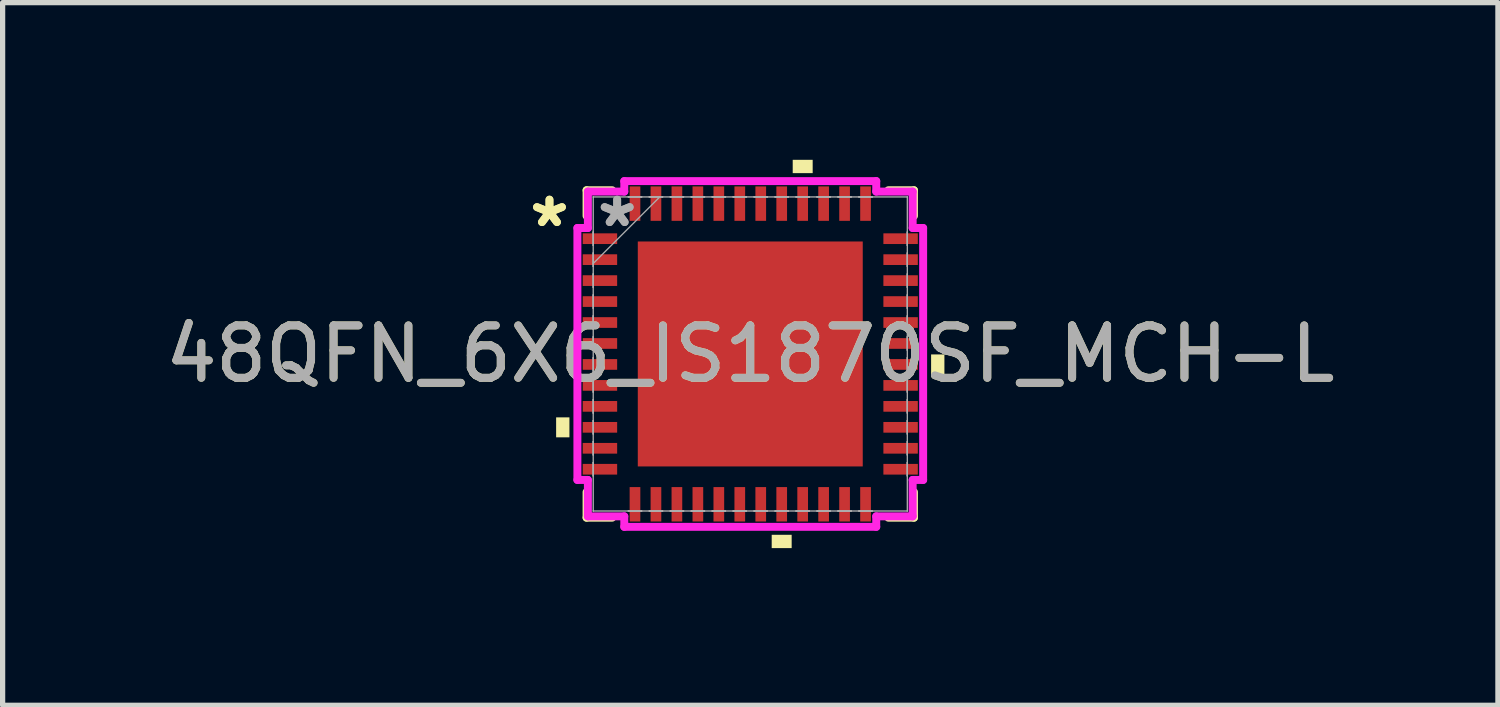
<source format=kicad_pcb>
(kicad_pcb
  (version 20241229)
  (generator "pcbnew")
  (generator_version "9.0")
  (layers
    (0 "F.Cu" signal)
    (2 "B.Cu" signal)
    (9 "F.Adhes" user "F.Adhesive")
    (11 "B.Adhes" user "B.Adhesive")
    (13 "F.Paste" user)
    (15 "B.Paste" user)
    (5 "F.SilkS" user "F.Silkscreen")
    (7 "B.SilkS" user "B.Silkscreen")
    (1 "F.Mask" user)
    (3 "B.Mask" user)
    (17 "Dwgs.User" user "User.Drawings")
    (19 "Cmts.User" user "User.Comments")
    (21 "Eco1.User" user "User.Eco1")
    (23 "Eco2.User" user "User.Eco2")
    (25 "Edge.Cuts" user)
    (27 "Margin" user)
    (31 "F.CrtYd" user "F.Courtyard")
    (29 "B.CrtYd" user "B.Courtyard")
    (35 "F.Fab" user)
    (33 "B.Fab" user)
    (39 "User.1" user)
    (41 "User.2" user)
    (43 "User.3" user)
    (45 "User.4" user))
  (footprint "48QFN_6X6_IS1870SF_MCH-L"
    (layer "F.Cu")
    (at 11.268 3.705)
    (property "Reference" "48QFN_6X6_IS1870SF_MCH-L" (at 0 0 0) (unlocked yes) (layer "F.SilkS") (effects (font (size 1 1) (thickness 0.15))))
    (attr smd)
    (fp_line (start -3.124 -3.124) (end -3.124 -2.635) (stroke (width 0.152) (type solid)) (layer "F.SilkS"))
    (fp_line (start -3.124 2.635) (end -3.124 3.124) (stroke (width 0.152) (type solid)) (layer "F.SilkS"))
    (fp_line (start -3.124 3.124) (end -2.635 3.124) (stroke (width 0.152) (type solid)) (layer "F.SilkS"))
    (fp_line (start -2.635 -3.124) (end -3.124 -3.124) (stroke (width 0.152) (type solid)) (layer "F.SilkS"))
    (fp_line (start 2.635 3.124) (end 3.124 3.124) (stroke (width 0.152) (type solid)) (layer "F.SilkS"))
    (fp_line (start 3.124 -3.124) (end 2.635 -3.124) (stroke (width 0.152) (type solid)) (layer "F.SilkS"))
    (fp_line (start 3.124 -2.635) (end 3.124 -3.124) (stroke (width 0.152) (type solid)) (layer "F.SilkS"))
    (fp_line (start 3.124 3.124) (end 3.124 2.635) (stroke (width 0.152) (type solid)) (layer "F.SilkS"))
    (fp_poly (pts (xy -3.705 1.21) (xy -3.705 1.591) (xy -3.451 1.591) (xy -3.451 1.21)) (stroke (width 0) (type solid)) (fill yes) (layer "F.SilkS"))
    (fp_poly (pts (xy 0.409 3.451) (xy 0.409 3.705) (xy 0.79 3.705) (xy 0.79 3.451)) (stroke (width 0) (type solid)) (fill yes) (layer "F.SilkS"))
    (fp_poly (pts (xy 0.81 -3.451) (xy 0.81 -3.705) (xy 1.191 -3.705) (xy 1.191 -3.451)) (stroke (width 0) (type solid)) (fill yes) (layer "F.SilkS"))
    (fp_poly (pts (xy 3.705 0.009) (xy 3.705 0.391) (xy 3.451 0.391) (xy 3.451 0.009)) (stroke (width 0) (type solid)) (fill yes) (layer "F.SilkS"))
    (fp_poly (pts (xy -2.046 -2.046) (xy -2.046 -0.815) (xy -0.815 -0.815) (xy -0.815 -2.046)) (stroke (width 0) (type solid)) (fill yes) (layer "F.Paste"))
    (fp_poly (pts (xy -2.046 -0.615) (xy -2.046 0.615) (xy -0.815 0.615) (xy -0.815 -0.615)) (stroke (width 0) (type solid)) (fill yes) (layer "F.Paste"))
    (fp_poly (pts (xy -2.046 0.815) (xy -2.046 2.046) (xy -0.815 2.046) (xy -0.815 0.815)) (stroke (width 0) (type solid)) (fill yes) (layer "F.Paste"))
    (fp_poly (pts (xy -0.615 -2.046) (xy -0.615 -0.815) (xy 0.615 -0.815) (xy 0.615 -2.046)) (stroke (width 0) (type solid)) (fill yes) (layer "F.Paste"))
    (fp_poly (pts (xy -0.615 -0.615) (xy -0.615 0.615) (xy 0.615 0.615) (xy 0.615 -0.615)) (stroke (width 0) (type solid)) (fill yes) (layer "F.Paste"))
    (fp_poly (pts (xy -0.615 0.815) (xy -0.615 2.046) (xy 0.615 2.046) (xy 0.615 0.815)) (stroke (width 0) (type solid)) (fill yes) (layer "F.Paste"))
    (fp_poly (pts (xy 0.815 -2.046) (xy 0.815 -0.815) (xy 2.046 -0.815) (xy 2.046 -2.046)) (stroke (width 0) (type solid)) (fill yes) (layer "F.Paste"))
    (fp_poly (pts (xy 0.815 -0.615) (xy 0.815 0.615) (xy 2.046 0.615) (xy 2.046 -0.615)) (stroke (width 0) (type solid)) (fill yes) (layer "F.Paste"))
    (fp_poly (pts (xy 0.815 0.815) (xy 0.815 2.046) (xy 2.046 2.046) (xy 2.046 0.815)) (stroke (width 0) (type solid)) (fill yes) (layer "F.Paste"))
    (fp_line (start -3.299 -2.404) (end -3.099 -2.404) (stroke (width 0.152) (type solid)) (layer "F.CrtYd"))
    (fp_line (start -3.299 2.404) (end -3.299 -2.404) (stroke (width 0.152) (type solid)) (layer "F.CrtYd"))
    (fp_line (start -3.099 -3.099) (end -2.404 -3.099) (stroke (width 0.152) (type solid)) (layer "F.CrtYd"))
    (fp_line (start -3.099 -2.404) (end -3.099 -3.099) (stroke (width 0.152) (type solid)) (layer "F.CrtYd"))
    (fp_line (start -3.099 2.404) (end -3.299 2.404) (stroke (width 0.152) (type solid)) (layer "F.CrtYd"))
    (fp_line (start -3.099 3.099) (end -3.099 2.404) (stroke (width 0.152) (type solid)) (layer "F.CrtYd"))
    (fp_line (start -2.404 -3.299) (end 2.404 -3.299) (stroke (width 0.152) (type solid)) (layer "F.CrtYd"))
    (fp_line (start -2.404 -3.099) (end -2.404 -3.299) (stroke (width 0.152) (type solid)) (layer "F.CrtYd"))
    (fp_line (start -2.404 3.099) (end -3.099 3.099) (stroke (width 0.152) (type solid)) (layer "F.CrtYd"))
    (fp_line (start -2.404 3.299) (end -2.404 3.099) (stroke (width 0.152) (type solid)) (layer "F.CrtYd"))
    (fp_line (start 2.404 -3.299) (end 2.404 -3.099) (stroke (width 0.152) (type solid)) (layer "F.CrtYd"))
    (fp_line (start 2.404 -3.099) (end 3.099 -3.099) (stroke (width 0.152) (type solid)) (layer "F.CrtYd"))
    (fp_line (start 2.404 3.099) (end 2.404 3.299) (stroke (width 0.152) (type solid)) (layer "F.CrtYd"))
    (fp_line (start 2.404 3.299) (end -2.404 3.299) (stroke (width 0.152) (type solid)) (layer "F.CrtYd"))
    (fp_line (start 3.099 -3.099) (end 3.099 -2.404) (stroke (width 0.152) (type solid)) (layer "F.CrtYd"))
    (fp_line (start 3.099 -2.404) (end 3.299 -2.404) (stroke (width 0.152) (type solid)) (layer "F.CrtYd"))
    (fp_line (start 3.099 2.404) (end 3.099 3.099) (stroke (width 0.152) (type solid)) (layer "F.CrtYd"))
    (fp_line (start 3.099 3.099) (end 2.404 3.099) (stroke (width 0.152) (type solid)) (layer "F.CrtYd"))
    (fp_line (start 3.299 -2.404) (end 3.299 2.404) (stroke (width 0.152) (type solid)) (layer "F.CrtYd"))
    (fp_line (start 3.299 2.404) (end 3.099 2.404) (stroke (width 0.152) (type solid)) (layer "F.CrtYd"))
    (fp_line (start -2.997 -2.997) (end -2.997 -2.997) (stroke (width 0.025) (type solid)) (layer "F.Fab"))
    (fp_line (start -2.997 -2.997) (end -2.997 2.997) (stroke (width 0.025) (type solid)) (layer "F.Fab"))
    (fp_line (start -2.997 -2.327) (end -2.997 -2.327) (stroke (width 0.025) (type solid)) (layer "F.Fab"))
    (fp_line (start -2.997 -2.327) (end -2.997 -2.073) (stroke (width 0.025) (type solid)) (layer "F.Fab"))
    (fp_line (start -2.997 -2.073) (end -2.997 -2.327) (stroke (width 0.025) (type solid)) (layer "F.Fab"))
    (fp_line (start -2.997 -2.073) (end -2.997 -2.073) (stroke (width 0.025) (type solid)) (layer "F.Fab"))
    (fp_line (start -2.997 -1.927) (end -2.997 -1.927) (stroke (width 0.025) (type solid)) (layer "F.Fab"))
    (fp_line (start -2.997 -1.927) (end -2.997 -1.673) (stroke (width 0.025) (type solid)) (layer "F.Fab"))
    (fp_line (start -2.997 -1.727) (end -1.727 -2.997) (stroke (width 0.025) (type solid)) (layer "F.Fab"))
    (fp_line (start -2.997 -1.673) (end -2.997 -1.927) (stroke (width 0.025) (type solid)) (layer "F.Fab"))
    (fp_line (start -2.997 -1.673) (end -2.997 -1.673) (stroke (width 0.025) (type solid)) (layer "F.Fab"))
    (fp_line (start -2.997 -1.527) (end -2.997 -1.527) (stroke (width 0.025) (type solid)) (layer "F.Fab"))
    (fp_line (start -2.997 -1.527) (end -2.997 -1.273) (stroke (width 0.025) (type solid)) (layer "F.Fab"))
    (fp_line (start -2.997 -1.273) (end -2.997 -1.527) (stroke (width 0.025) (type solid)) (layer "F.Fab"))
    (fp_line (start -2.997 -1.273) (end -2.997 -1.273) (stroke (width 0.025) (type solid)) (layer "F.Fab"))
    (fp_line (start -2.997 -1.127) (end -2.997 -1.127) (stroke (width 0.025) (type solid)) (layer "F.Fab"))
    (fp_line (start -2.997 -1.127) (end -2.997 -0.873) (stroke (width 0.025) (type solid)) (layer "F.Fab"))
    (fp_line (start -2.997 -0.873) (end -2.997 -1.127) (stroke (width 0.025) (type solid)) (layer "F.Fab"))
    (fp_line (start -2.997 -0.873) (end -2.997 -0.873) (stroke (width 0.025) (type solid)) (layer "F.Fab"))
    (fp_line (start -2.997 -0.727) (end -2.997 -0.727) (stroke (width 0.025) (type solid)) (layer "F.Fab"))
    (fp_line (start -2.997 -0.727) (end -2.997 -0.473) (stroke (width 0.025) (type solid)) (layer "F.Fab"))
    (fp_line (start -2.997 -0.473) (end -2.997 -0.727) (stroke (width 0.025) (type solid)) (layer "F.Fab"))
    (fp_line (start -2.997 -0.473) (end -2.997 -0.473) (stroke (width 0.025) (type solid)) (layer "F.Fab"))
    (fp_line (start -2.997 -0.327) (end -2.997 -0.327) (stroke (width 0.025) (type solid)) (layer "F.Fab"))
    (fp_line (start -2.997 -0.327) (end -2.997 -0.073) (stroke (width 0.025) (type solid)) (layer "F.Fab"))
    (fp_line (start -2.997 -0.073) (end -2.997 -0.327) (stroke (width 0.025) (type solid)) (layer "F.Fab"))
    (fp_line (start -2.997 -0.073) (end -2.997 -0.073) (stroke (width 0.025) (type solid)) (layer "F.Fab"))
    (fp_line (start -2.997 0.073) (end -2.997 0.073) (stroke (width 0.025) (type solid)) (layer "F.Fab"))
    (fp_line (start -2.997 0.073) (end -2.997 0.327) (stroke (width 0.025) (type solid)) (layer "F.Fab"))
    (fp_line (start -2.997 0.327) (end -2.997 0.073) (stroke (width 0.025) (type solid)) (layer "F.Fab"))
    (fp_line (start -2.997 0.327) (end -2.997 0.327) (stroke (width 0.025) (type solid)) (layer "F.Fab"))
    (fp_line (start -2.997 0.473) (end -2.997 0.473) (stroke (width 0.025) (type solid)) (layer "F.Fab"))
    (fp_line (start -2.997 0.473) (end -2.997 0.727) (stroke (width 0.025) (type solid)) (layer "F.Fab"))
    (fp_line (start -2.997 0.727) (end -2.997 0.473) (stroke (width 0.025) (type solid)) (layer "F.Fab"))
    (fp_line (start -2.997 0.727) (end -2.997 0.727) (stroke (width 0.025) (type solid)) (layer "F.Fab"))
    (fp_line (start -2.997 0.873) (end -2.997 0.873) (stroke (width 0.025) (type solid)) (layer "F.Fab"))
    (fp_line (start -2.997 0.873) (end -2.997 1.127) (stroke (width 0.025) (type solid)) (layer "F.Fab"))
    (fp_line (start -2.997 1.127) (end -2.997 0.873) (stroke (width 0.025) (type solid)) (layer "F.Fab"))
    (fp_line (start -2.997 1.127) (end -2.997 1.127) (stroke (width 0.025) (type solid)) (layer "F.Fab"))
    (fp_line (start -2.997 1.273) (end -2.997 1.273) (stroke (width 0.025) (type solid)) (layer "F.Fab"))
    (fp_line (start -2.997 1.273) (end -2.997 1.527) (stroke (width 0.025) (type solid)) (layer "F.Fab"))
    (fp_line (start -2.997 1.527) (end -2.997 1.273) (stroke (width 0.025) (type solid)) (layer "F.Fab"))
    (fp_line (start -2.997 1.527) (end -2.997 1.527) (stroke (width 0.025) (type solid)) (layer "F.Fab"))
    (fp_line (start -2.997 1.673) (end -2.997 1.673) (stroke (width 0.025) (type solid)) (layer "F.Fab"))
    (fp_line (start -2.997 1.673) (end -2.997 1.927) (stroke (width 0.025) (type solid)) (layer "F.Fab"))
    (fp_line (start -2.997 1.927) (end -2.997 1.673) (stroke (width 0.025) (type solid)) (layer "F.Fab"))
    (fp_line (start -2.997 1.927) (end -2.997 1.927) (stroke (width 0.025) (type solid)) (layer "F.Fab"))
    (fp_line (start -2.997 2.073) (end -2.997 2.073) (stroke (width 0.025) (type solid)) (layer "F.Fab"))
    (fp_line (start -2.997 2.073) (end -2.997 2.327) (stroke (width 0.025) (type solid)) (layer "F.Fab"))
    (fp_line (start -2.997 2.327) (end -2.997 2.073) (stroke (width 0.025) (type solid)) (layer "F.Fab"))
    (fp_line (start -2.997 2.327) (end -2.997 2.327) (stroke (width 0.025) (type solid)) (layer "F.Fab"))
    (fp_line (start -2.997 2.997) (end -2.997 2.997) (stroke (width 0.025) (type solid)) (layer "F.Fab"))
    (fp_line (start -2.997 2.997) (end 2.997 2.997) (stroke (width 0.025) (type solid)) (layer "F.Fab"))
    (fp_line (start -2.327 -2.997) (end -2.327 -2.997) (stroke (width 0.025) (type solid)) (layer "F.Fab"))
    (fp_line (start -2.327 -2.997) (end -2.073 -2.997) (stroke (width 0.025) (type solid)) (layer "F.Fab"))
    (fp_line (start -2.327 2.997) (end -2.327 2.997) (stroke (width 0.025) (type solid)) (layer "F.Fab"))
    (fp_line (start -2.327 2.997) (end -2.073 2.997) (stroke (width 0.025) (type solid)) (layer "F.Fab"))
    (fp_line (start -2.073 -2.997) (end -2.327 -2.997) (stroke (width 0.025) (type solid)) (layer "F.Fab"))
    (fp_line (start -2.073 -2.997) (end -2.073 -2.997) (stroke (width 0.025) (type solid)) (layer "F.Fab"))
    (fp_line (start -2.073 2.997) (end -2.327 2.997) (stroke (width 0.025) (type solid)) (layer "F.Fab"))
    (fp_line (start -2.073 2.997) (end -2.073 2.997) (stroke (width 0.025) (type solid)) (layer "F.Fab"))
    (fp_line (start -1.927 -2.997) (end -1.927 -2.997) (stroke (width 0.025) (type solid)) (layer "F.Fab"))
    (fp_line (start -1.927 -2.997) (end -1.673 -2.997) (stroke (width 0.025) (type solid)) (layer "F.Fab"))
    (fp_line (start -1.927 2.997) (end -1.927 2.997) (stroke (width 0.025) (type solid)) (layer "F.Fab"))
    (fp_line (start -1.927 2.997) (end -1.673 2.997) (stroke (width 0.025) (type solid)) (layer "F.Fab"))
    (fp_line (start -1.673 -2.997) (end -1.927 -2.997) (stroke (width 0.025) (type solid)) (layer "F.Fab"))
    (fp_line (start -1.673 -2.997) (end -1.673 -2.997) (stroke (width 0.025) (type solid)) (layer "F.Fab"))
    (fp_line (start -1.673 2.997) (end -1.927 2.997) (stroke (width 0.025) (type solid)) (layer "F.Fab"))
    (fp_line (start -1.673 2.997) (end -1.673 2.997) (stroke (width 0.025) (type solid)) (layer "F.Fab"))
    (fp_line (start -1.527 -2.997) (end -1.527 -2.997) (stroke (width 0.025) (type solid)) (layer "F.Fab"))
    (fp_line (start -1.527 -2.997) (end -1.273 -2.997) (stroke (width 0.025) (type solid)) (layer "F.Fab"))
    (fp_line (start -1.527 2.997) (end -1.527 2.997) (stroke (width 0.025) (type solid)) (layer "F.Fab"))
    (fp_line (start -1.527 2.997) (end -1.273 2.997) (stroke (width 0.025) (type solid)) (layer "F.Fab"))
    (fp_line (start -1.273 -2.997) (end -1.527 -2.997) (stroke (width 0.025) (type solid)) (layer "F.Fab"))
    (fp_line (start -1.273 -2.997) (end -1.273 -2.997) (stroke (width 0.025) (type solid)) (layer "F.Fab"))
    (fp_line (start -1.273 2.997) (end -1.527 2.997) (stroke (width 0.025) (type solid)) (layer "F.Fab"))
    (fp_line (start -1.273 2.997) (end -1.273 2.997) (stroke (width 0.025) (type solid)) (layer "F.Fab"))
    (fp_line (start -1.127 -2.997) (end -1.127 -2.997) (stroke (width 0.025) (type solid)) (layer "F.Fab"))
    (fp_line (start -1.127 -2.997) (end -0.873 -2.997) (stroke (width 0.025) (type solid)) (layer "F.Fab"))
    (fp_line (start -1.127 2.997) (end -1.127 2.997) (stroke (width 0.025) (type solid)) (layer "F.Fab"))
    (fp_line (start -1.127 2.997) (end -0.873 2.997) (stroke (width 0.025) (type solid)) (layer "F.Fab"))
    (fp_line (start -0.873 -2.997) (end -1.127 -2.997) (stroke (width 0.025) (type solid)) (layer "F.Fab"))
    (fp_line (start -0.873 -2.997) (end -0.873 -2.997) (stroke (width 0.025) (type solid)) (layer "F.Fab"))
    (fp_line (start -0.873 2.997) (end -1.127 2.997) (stroke (width 0.025) (type solid)) (layer "F.Fab"))
    (fp_line (start -0.873 2.997) (end -0.873 2.997) (stroke (width 0.025) (type solid)) (layer "F.Fab"))
    (fp_line (start -0.727 -2.997) (end -0.727 -2.997) (stroke (width 0.025) (type solid)) (layer "F.Fab"))
    (fp_line (start -0.727 -2.997) (end -0.473 -2.997) (stroke (width 0.025) (type solid)) (layer "F.Fab"))
    (fp_line (start -0.727 2.997) (end -0.727 2.997) (stroke (width 0.025) (type solid)) (layer "F.Fab"))
    (fp_line (start -0.727 2.997) (end -0.473 2.997) (stroke (width 0.025) (type solid)) (layer "F.Fab"))
    (fp_line (start -0.473 -2.997) (end -0.727 -2.997) (stroke (width 0.025) (type solid)) (layer "F.Fab"))
    (fp_line (start -0.473 -2.997) (end -0.473 -2.997) (stroke (width 0.025) (type solid)) (layer "F.Fab"))
    (fp_line (start -0.473 2.997) (end -0.727 2.997) (stroke (width 0.025) (type solid)) (layer "F.Fab"))
    (fp_line (start -0.473 2.997) (end -0.473 2.997) (stroke (width 0.025) (type solid)) (layer "F.Fab"))
    (fp_line (start -0.327 -2.997) (end -0.327 -2.997) (stroke (width 0.025) (type solid)) (layer "F.Fab"))
    (fp_line (start -0.327 -2.997) (end -0.073 -2.997) (stroke (width 0.025) (type solid)) (layer "F.Fab"))
    (fp_line (start -0.327 2.997) (end -0.327 2.997) (stroke (width 0.025) (type solid)) (layer "F.Fab"))
    (fp_line (start -0.327 2.997) (end -0.073 2.997) (stroke (width 0.025) (type solid)) (layer "F.Fab"))
    (fp_line (start -0.073 -2.997) (end -0.327 -2.997) (stroke (width 0.025) (type solid)) (layer "F.Fab"))
    (fp_line (start -0.073 -2.997) (end -0.073 -2.997) (stroke (width 0.025) (type solid)) (layer "F.Fab"))
    (fp_line (start -0.073 2.997) (end -0.327 2.997) (stroke (width 0.025) (type solid)) (layer "F.Fab"))
    (fp_line (start -0.073 2.997) (end -0.073 2.997) (stroke (width 0.025) (type solid)) (layer "F.Fab"))
    (fp_line (start 0.073 -2.997) (end 0.073 -2.997) (stroke (width 0.025) (type solid)) (layer "F.Fab"))
    (fp_line (start 0.073 -2.997) (end 0.327 -2.997) (stroke (width 0.025) (type solid)) (layer "F.Fab"))
    (fp_line (start 0.073 2.997) (end 0.073 2.997) (stroke (width 0.025) (type solid)) (layer "F.Fab"))
    (fp_line (start 0.073 2.997) (end 0.327 2.997) (stroke (width 0.025) (type solid)) (layer "F.Fab"))
    (fp_line (start 0.327 -2.997) (end 0.073 -2.997) (stroke (width 0.025) (type solid)) (layer "F.Fab"))
    (fp_line (start 0.327 -2.997) (end 0.327 -2.997) (stroke (width 0.025) (type solid)) (layer "F.Fab"))
    (fp_line (start 0.327 2.997) (end 0.073 2.997) (stroke (width 0.025) (type solid)) (layer "F.Fab"))
    (fp_line (start 0.327 2.997) (end 0.327 2.997) (stroke (width 0.025) (type solid)) (layer "F.Fab"))
    (fp_line (start 0.473 -2.997) (end 0.473 -2.997) (stroke (width 0.025) (type solid)) (layer "F.Fab"))
    (fp_line (start 0.473 -2.997) (end 0.727 -2.997) (stroke (width 0.025) (type solid)) (layer "F.Fab"))
    (fp_line (start 0.473 2.997) (end 0.473 2.997) (stroke (width 0.025) (type solid)) (layer "F.Fab"))
    (fp_line (start 0.473 2.997) (end 0.727 2.997) (stroke (width 0.025) (type solid)) (layer "F.Fab"))
    (fp_line (start 0.727 -2.997) (end 0.473 -2.997) (stroke (width 0.025) (type solid)) (layer "F.Fab"))
    (fp_line (start 0.727 -2.997) (end 0.727 -2.997) (stroke (width 0.025) (type solid)) (layer "F.Fab"))
    (fp_line (start 0.727 2.997) (end 0.473 2.997) (stroke (width 0.025) (type solid)) (layer "F.Fab"))
    (fp_line (start 0.727 2.997) (end 0.727 2.997) (stroke (width 0.025) (type solid)) (layer "F.Fab"))
    (fp_line (start 0.873 -2.997) (end 0.873 -2.997) (stroke (width 0.025) (type solid)) (layer "F.Fab"))
    (fp_line (start 0.873 -2.997) (end 1.127 -2.997) (stroke (width 0.025) (type solid)) (layer "F.Fab"))
    (fp_line (start 0.873 2.997) (end 0.873 2.997) (stroke (width 0.025) (type solid)) (layer "F.Fab"))
    (fp_line (start 0.873 2.997) (end 1.127 2.997) (stroke (width 0.025) (type solid)) (layer "F.Fab"))
    (fp_line (start 1.127 -2.997) (end 0.873 -2.997) (stroke (width 0.025) (type solid)) (layer "F.Fab"))
    (fp_line (start 1.127 -2.997) (end 1.127 -2.997) (stroke (width 0.025) (type solid)) (layer "F.Fab"))
    (fp_line (start 1.127 2.997) (end 0.873 2.997) (stroke (width 0.025) (type solid)) (layer "F.Fab"))
    (fp_line (start 1.127 2.997) (end 1.127 2.997) (stroke (width 0.025) (type solid)) (layer "F.Fab"))
    (fp_line (start 1.273 -2.997) (end 1.273 -2.997) (stroke (width 0.025) (type solid)) (layer "F.Fab"))
    (fp_line (start 1.273 -2.997) (end 1.527 -2.997) (stroke (width 0.025) (type solid)) (layer "F.Fab"))
    (fp_line (start 1.273 2.997) (end 1.273 2.997) (stroke (width 0.025) (type solid)) (layer "F.Fab"))
    (fp_line (start 1.273 2.997) (end 1.527 2.997) (stroke (width 0.025) (type solid)) (layer "F.Fab"))
    (fp_line (start 1.527 -2.997) (end 1.273 -2.997) (stroke (width 0.025) (type solid)) (layer "F.Fab"))
    (fp_line (start 1.527 -2.997) (end 1.527 -2.997) (stroke (width 0.025) (type solid)) (layer "F.Fab"))
    (fp_line (start 1.527 2.997) (end 1.273 2.997) (stroke (width 0.025) (type solid)) (layer "F.Fab"))
    (fp_line (start 1.527 2.997) (end 1.527 2.997) (stroke (width 0.025) (type solid)) (layer "F.Fab"))
    (fp_line (start 1.673 -2.997) (end 1.673 -2.997) (stroke (width 0.025) (type solid)) (layer "F.Fab"))
    (fp_line (start 1.673 -2.997) (end 1.927 -2.997) (stroke (width 0.025) (type solid)) (layer "F.Fab"))
    (fp_line (start 1.673 2.997) (end 1.673 2.997) (stroke (width 0.025) (type solid)) (layer "F.Fab"))
    (fp_line (start 1.673 2.997) (end 1.927 2.997) (stroke (width 0.025) (type solid)) (layer "F.Fab"))
    (fp_line (start 1.927 -2.997) (end 1.673 -2.997) (stroke (width 0.025) (type solid)) (layer "F.Fab"))
    (fp_line (start 1.927 -2.997) (end 1.927 -2.997) (stroke (width 0.025) (type solid)) (layer "F.Fab"))
    (fp_line (start 1.927 2.997) (end 1.673 2.997) (stroke (width 0.025) (type solid)) (layer "F.Fab"))
    (fp_line (start 1.927 2.997) (end 1.927 2.997) (stroke (width 0.025) (type solid)) (layer "F.Fab"))
    (fp_line (start 2.073 -2.997) (end 2.073 -2.997) (stroke (width 0.025) (type solid)) (layer "F.Fab"))
    (fp_line (start 2.073 -2.997) (end 2.327 -2.997) (stroke (width 0.025) (type solid)) (layer "F.Fab"))
    (fp_line (start 2.073 2.997) (end 2.073 2.997) (stroke (width 0.025) (type solid)) (layer "F.Fab"))
    (fp_line (start 2.073 2.997) (end 2.327 2.997) (stroke (width 0.025) (type solid)) (layer "F.Fab"))
    (fp_line (start 2.327 -2.997) (end 2.073 -2.997) (stroke (width 0.025) (type solid)) (layer "F.Fab"))
    (fp_line (start 2.327 -2.997) (end 2.327 -2.997) (stroke (width 0.025) (type solid)) (layer "F.Fab"))
    (fp_line (start 2.327 2.997) (end 2.073 2.997) (stroke (width 0.025) (type solid)) (layer "F.Fab"))
    (fp_line (start 2.327 2.997) (end 2.327 2.997) (stroke (width 0.025) (type solid)) (layer "F.Fab"))
    (fp_line (start 2.997 -2.997) (end -2.997 -2.997) (stroke (width 0.025) (type solid)) (layer "F.Fab"))
    (fp_line (start 2.997 -2.997) (end 2.997 -2.997) (stroke (width 0.025) (type solid)) (layer "F.Fab"))
    (fp_line (start 2.997 -2.327) (end 2.997 -2.327) (stroke (width 0.025) (type solid)) (layer "F.Fab"))
    (fp_line (start 2.997 -2.327) (end 2.997 -2.073) (stroke (width 0.025) (type solid)) (layer "F.Fab"))
    (fp_line (start 2.997 -2.073) (end 2.997 -2.327) (stroke (width 0.025) (type solid)) (layer "F.Fab"))
    (fp_line (start 2.997 -2.073) (end 2.997 -2.073) (stroke (width 0.025) (type solid)) (layer "F.Fab"))
    (fp_line (start 2.997 -1.927) (end 2.997 -1.927) (stroke (width 0.025) (type solid)) (layer "F.Fab"))
    (fp_line (start 2.997 -1.927) (end 2.997 -1.673) (stroke (width 0.025) (type solid)) (layer "F.Fab"))
    (fp_line (start 2.997 -1.673) (end 2.997 -1.927) (stroke (width 0.025) (type solid)) (layer "F.Fab"))
    (fp_line (start 2.997 -1.673) (end 2.997 -1.673) (stroke (width 0.025) (type solid)) (layer "F.Fab"))
    (fp_line (start 2.997 -1.527) (end 2.997 -1.527) (stroke (width 0.025) (type solid)) (layer "F.Fab"))
    (fp_line (start 2.997 -1.527) (end 2.997 -1.273) (stroke (width 0.025) (type solid)) (layer "F.Fab"))
    (fp_line (start 2.997 -1.273) (end 2.997 -1.527) (stroke (width 0.025) (type solid)) (layer "F.Fab"))
    (fp_line (start 2.997 -1.273) (end 2.997 -1.273) (stroke (width 0.025) (type solid)) (layer "F.Fab"))
    (fp_line (start 2.997 -1.127) (end 2.997 -1.127) (stroke (width 0.025) (type solid)) (layer "F.Fab"))
    (fp_line (start 2.997 -1.127) (end 2.997 -0.873) (stroke (width 0.025) (type solid)) (layer "F.Fab"))
    (fp_line (start 2.997 -0.873) (end 2.997 -1.127) (stroke (width 0.025) (type solid)) (layer "F.Fab"))
    (fp_line (start 2.997 -0.873) (end 2.997 -0.873) (stroke (width 0.025) (type solid)) (layer "F.Fab"))
    (fp_line (start 2.997 -0.727) (end 2.997 -0.727) (stroke (width 0.025) (type solid)) (layer "F.Fab"))
    (fp_line (start 2.997 -0.727) (end 2.997 -0.473) (stroke (width 0.025) (type solid)) (layer "F.Fab"))
    (fp_line (start 2.997 -0.473) (end 2.997 -0.727) (stroke (width 0.025) (type solid)) (layer "F.Fab"))
    (fp_line (start 2.997 -0.473) (end 2.997 -0.473) (stroke (width 0.025) (type solid)) (layer "F.Fab"))
    (fp_line (start 2.997 -0.327) (end 2.997 -0.327) (stroke (width 0.025) (type solid)) (layer "F.Fab"))
    (fp_line (start 2.997 -0.327) (end 2.997 -0.073) (stroke (width 0.025) (type solid)) (layer "F.Fab"))
    (fp_line (start 2.997 -0.073) (end 2.997 -0.327) (stroke (width 0.025) (type solid)) (layer "F.Fab"))
    (fp_line (start 2.997 -0.073) (end 2.997 -0.073) (stroke (width 0.025) (type solid)) (layer "F.Fab"))
    (fp_line (start 2.997 0.073) (end 2.997 0.073) (stroke (width 0.025) (type solid)) (layer "F.Fab"))
    (fp_line (start 2.997 0.073) (end 2.997 0.327) (stroke (width 0.025) (type solid)) (layer "F.Fab"))
    (fp_line (start 2.997 0.327) (end 2.997 0.073) (stroke (width 0.025) (type solid)) (layer "F.Fab"))
    (fp_line (start 2.997 0.327) (end 2.997 0.327) (stroke (width 0.025) (type solid)) (layer "F.Fab"))
    (fp_line (start 2.997 0.473) (end 2.997 0.473) (stroke (width 0.025) (type solid)) (layer "F.Fab"))
    (fp_line (start 2.997 0.473) (end 2.997 0.727) (stroke (width 0.025) (type solid)) (layer "F.Fab"))
    (fp_line (start 2.997 0.727) (end 2.997 0.473) (stroke (width 0.025) (type solid)) (layer "F.Fab"))
    (fp_line (start 2.997 0.727) (end 2.997 0.727) (stroke (width 0.025) (type solid)) (layer "F.Fab"))
    (fp_line (start 2.997 0.873) (end 2.997 0.873) (stroke (width 0.025) (type solid)) (layer "F.Fab"))
    (fp_line (start 2.997 0.873) (end 2.997 1.127) (stroke (width 0.025) (type solid)) (layer "F.Fab"))
    (fp_line (start 2.997 1.127) (end 2.997 0.873) (stroke (width 0.025) (type solid)) (layer "F.Fab"))
    (fp_line (start 2.997 1.127) (end 2.997 1.127) (stroke (width 0.025) (type solid)) (layer "F.Fab"))
    (fp_line (start 2.997 1.273) (end 2.997 1.273) (stroke (width 0.025) (type solid)) (layer "F.Fab"))
    (fp_line (start 2.997 1.273) (end 2.997 1.527) (stroke (width 0.025) (type solid)) (layer "F.Fab"))
    (fp_line (start 2.997 1.527) (end 2.997 1.273) (stroke (width 0.025) (type solid)) (layer "F.Fab"))
    (fp_line (start 2.997 1.527) (end 2.997 1.527) (stroke (width 0.025) (type solid)) (layer "F.Fab"))
    (fp_line (start 2.997 1.673) (end 2.997 1.673) (stroke (width 0.025) (type solid)) (layer "F.Fab"))
    (fp_line (start 2.997 1.673) (end 2.997 1.927) (stroke (width 0.025) (type solid)) (layer "F.Fab"))
    (fp_line (start 2.997 1.927) (end 2.997 1.673) (stroke (width 0.025) (type solid)) (layer "F.Fab"))
    (fp_line (start 2.997 1.927) (end 2.997 1.927) (stroke (width 0.025) (type solid)) (layer "F.Fab"))
    (fp_line (start 2.997 2.073) (end 2.997 2.073) (stroke (width 0.025) (type solid)) (layer "F.Fab"))
    (fp_line (start 2.997 2.073) (end 2.997 2.327) (stroke (width 0.025) (type solid)) (layer "F.Fab"))
    (fp_line (start 2.997 2.327) (end 2.997 2.073) (stroke (width 0.025) (type solid)) (layer "F.Fab"))
    (fp_line (start 2.997 2.327) (end 2.997 2.327) (stroke (width 0.025) (type solid)) (layer "F.Fab"))
    (fp_line (start 2.997 2.997) (end 2.997 -2.997) (stroke (width 0.025) (type solid)) (layer "F.Fab"))
    (fp_line (start 2.997 2.997) (end 2.997 2.997) (stroke (width 0.025) (type solid)) (layer "F.Fab"))
    (fp_text user "*" (at -3.832 -2.4 0) (layer "F.SilkS") (effects (font (size 1 1) (thickness 0.15))))
    (fp_text user "*" (at -3.832 -2.4 0) (unlocked yes) (layer "F.SilkS") (effects (font (size 1 1) (thickness 0.15))))
    (fp_text user "${REFERENCE}" (at 0 0 0) (unlocked yes) (layer "F.Fab") (effects (font (size 1 1) (thickness 0.15))))
    (fp_text user "*" (at -2.54 -2.4 0) (unlocked yes) (layer "F.Fab") (effects (font (size 1 1) (thickness 0.15))))
    (fp_text user "*" (at -2.54 -2.4 0) (layer "F.Fab") (effects (font (size 1 1) (thickness 0.15))))
    (pad "1" smd rect (at -2.869 -2.2 90) (size 0.204 0.657) (layers "F.Cu" "F.Mask" "F.Paste"))
    (pad "2" smd rect (at -2.869 -1.8 90) (size 0.204 0.657) (layers "F.Cu" "F.Mask" "F.Paste"))
    (pad "3" smd rect (at -2.869 -1.4 90) (size 0.204 0.657) (layers "F.Cu" "F.Mask" "F.Paste"))
    (pad "4" smd rect (at -2.869 -1 90) (size 0.204 0.657) (layers "F.Cu" "F.Mask" "F.Paste"))
    (pad "5" smd rect (at -2.869 -0.6 90) (size 0.204 0.657) (layers "F.Cu" "F.Mask" "F.Paste"))
    (pad "6" smd rect (at -2.869 -0.2 90) (size 0.204 0.657) (layers "F.Cu" "F.Mask" "F.Paste"))
    (pad "7" smd rect (at -2.869 0.2 90) (size 0.204 0.657) (layers "F.Cu" "F.Mask" "F.Paste"))
    (pad "8" smd rect (at -2.869 0.6 90) (size 0.204 0.657) (layers "F.Cu" "F.Mask" "F.Paste"))
    (pad "9" smd rect (at -2.869 1 90) (size 0.204 0.657) (layers "F.Cu" "F.Mask" "F.Paste"))
    (pad "10" smd rect (at -2.869 1.4 90) (size 0.204 0.657) (layers "F.Cu" "F.Mask" "F.Paste"))
    (pad "11" smd rect (at -2.869 1.8 90) (size 0.204 0.657) (layers "F.Cu" "F.Mask" "F.Paste"))
    (pad "12" smd rect (at -2.869 2.2 90) (size 0.204 0.657) (layers "F.Cu" "F.Mask" "F.Paste"))
    (pad "13" smd rect (at -2.2 2.869) (size 0.204 0.657) (layers "F.Cu" "F.Mask" "F.Paste"))
    (pad "14" smd rect (at -1.8 2.869) (size 0.204 0.657) (layers "F.Cu" "F.Mask" "F.Paste"))
    (pad "15" smd rect (at -1.4 2.869) (size 0.204 0.657) (layers "F.Cu" "F.Mask" "F.Paste"))
    (pad "16" smd rect (at -1 2.869) (size 0.204 0.657) (layers "F.Cu" "F.Mask" "F.Paste"))
    (pad "17" smd rect (at -0.6 2.869) (size 0.204 0.657) (layers "F.Cu" "F.Mask" "F.Paste"))
    (pad "18" smd rect (at -0.2 2.869) (size 0.204 0.657) (layers "F.Cu" "F.Mask" "F.Paste"))
    (pad "19" smd rect (at 0.2 2.869) (size 0.204 0.657) (layers "F.Cu" "F.Mask" "F.Paste"))
    (pad "20" smd rect (at 0.6 2.869) (size 0.204 0.657) (layers "F.Cu" "F.Mask" "F.Paste"))
    (pad "21" smd rect (at 1 2.869) (size 0.204 0.657) (layers "F.Cu" "F.Mask" "F.Paste"))
    (pad "22" smd rect (at 1.4 2.869) (size 0.204 0.657) (layers "F.Cu" "F.Mask" "F.Paste"))
    (pad "23" smd rect (at 1.8 2.869) (size 0.204 0.657) (layers "F.Cu" "F.Mask" "F.Paste"))
    (pad "24" smd rect (at 2.2 2.869) (size 0.204 0.657) (layers "F.Cu" "F.Mask" "F.Paste"))
    (pad "25" smd rect (at 2.869 2.2 90) (size 0.204 0.657) (layers "F.Cu" "F.Mask" "F.Paste"))
    (pad "26" smd rect (at 2.869 1.8 90) (size 0.204 0.657) (layers "F.Cu" "F.Mask" "F.Paste"))
    (pad "27" smd rect (at 2.869 1.4 90) (size 0.204 0.657) (layers "F.Cu" "F.Mask" "F.Paste"))
    (pad "28" smd rect (at 2.869 1 90) (size 0.204 0.657) (layers "F.Cu" "F.Mask" "F.Paste"))
    (pad "29" smd rect (at 2.869 0.6 90) (size 0.204 0.657) (layers "F.Cu" "F.Mask" "F.Paste"))
    (pad "30" smd rect (at 2.869 0.2 90) (size 0.204 0.657) (layers "F.Cu" "F.Mask" "F.Paste"))
    (pad "31" smd rect (at 2.869 -0.2 90) (size 0.204 0.657) (layers "F.Cu" "F.Mask" "F.Paste"))
    (pad "32" smd rect (at 2.869 -0.6 90) (size 0.204 0.657) (layers "F.Cu" "F.Mask" "F.Paste"))
    (pad "33" smd rect (at 2.869 -1 90) (size 0.204 0.657) (layers "F.Cu" "F.Mask" "F.Paste"))
    (pad "34" smd rect (at 2.869 -1.4 90) (size 0.204 0.657) (layers "F.Cu" "F.Mask" "F.Paste"))
    (pad "35" smd rect (at 2.869 -1.8 90) (size 0.204 0.657) (layers "F.Cu" "F.Mask" "F.Paste"))
    (pad "36" smd rect (at 2.869 -2.2 90) (size 0.204 0.657) (layers "F.Cu" "F.Mask" "F.Paste"))
    (pad "37" smd rect (at 2.2 -2.869) (size 0.204 0.657) (layers "F.Cu" "F.Mask" "F.Paste"))
    (pad "38" smd rect (at 1.8 -2.869) (size 0.204 0.657) (layers "F.Cu" "F.Mask" "F.Paste"))
    (pad "39" smd rect (at 1.4 -2.869) (size 0.204 0.657) (layers "F.Cu" "F.Mask" "F.Paste"))
    (pad "40" smd rect (at 1 -2.869) (size 0.204 0.657) (layers "F.Cu" "F.Mask" "F.Paste"))
    (pad "41" smd rect (at 0.6 -2.869) (size 0.204 0.657) (layers "F.Cu" "F.Mask" "F.Paste"))
    (pad "42" smd rect (at 0.2 -2.869) (size 0.204 0.657) (layers "F.Cu" "F.Mask" "F.Paste"))
    (pad "43" smd rect (at -0.2 -2.869) (size 0.204 0.657) (layers "F.Cu" "F.Mask" "F.Paste"))
    (pad "44" smd rect (at -0.6 -2.869) (size 0.204 0.657) (layers "F.Cu" "F.Mask" "F.Paste"))
    (pad "45" smd rect (at -1 -2.869) (size 0.204 0.657) (layers "F.Cu" "F.Mask" "F.Paste"))
    (pad "46" smd rect (at -1.4 -2.869) (size 0.204 0.657) (layers "F.Cu" "F.Mask" "F.Paste"))
    (pad "47" smd rect (at -1.8 -2.869) (size 0.204 0.657) (layers "F.Cu" "F.Mask" "F.Paste"))
    (pad "48" smd rect (at -2.2 -2.869) (size 0.204 0.657) (layers "F.Cu" "F.Mask" "F.Paste"))
    (pad "49" smd rect (at 0 0) (size 4.293 4.293) (layers "F.Cu" "F.Mask" "F.Paste")))
  (gr_rect
    (start -3 -3)
    (end 25.536 10.41)
    (stroke (width 0.1) (type default))
    (fill no)
    (layer "Edge.Cuts")))
</source>
